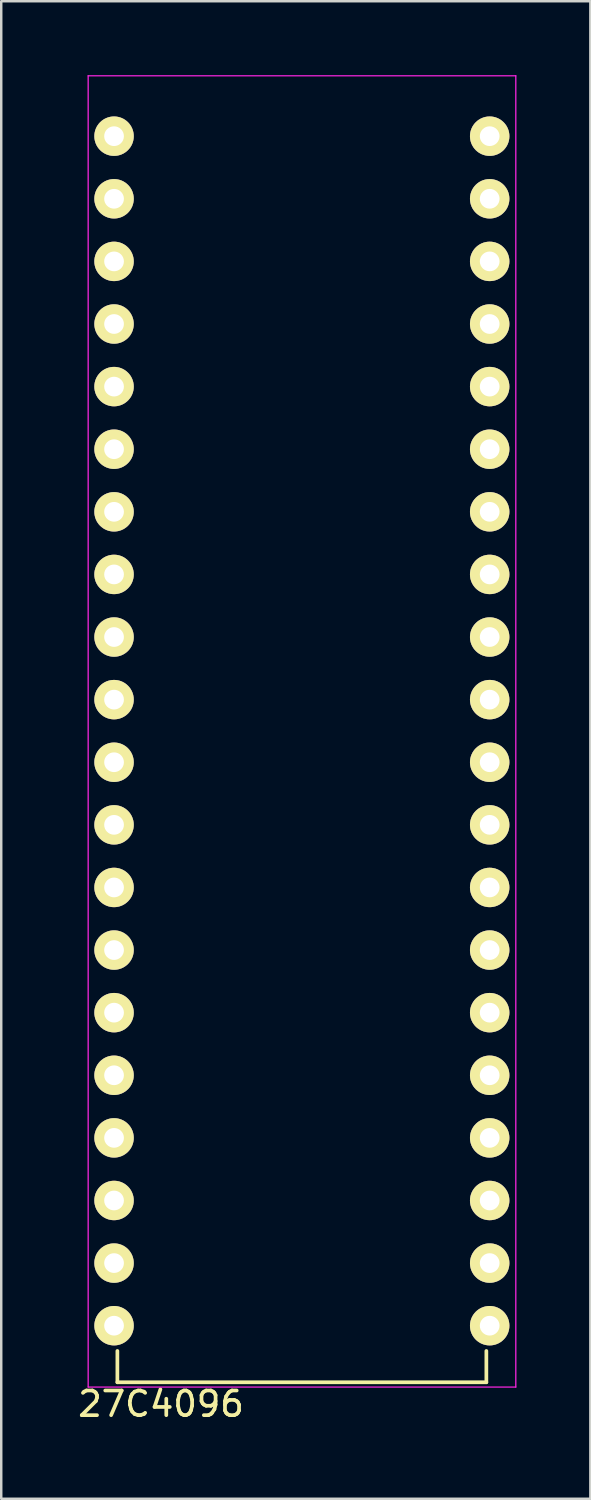
<source format=kicad_pcb>
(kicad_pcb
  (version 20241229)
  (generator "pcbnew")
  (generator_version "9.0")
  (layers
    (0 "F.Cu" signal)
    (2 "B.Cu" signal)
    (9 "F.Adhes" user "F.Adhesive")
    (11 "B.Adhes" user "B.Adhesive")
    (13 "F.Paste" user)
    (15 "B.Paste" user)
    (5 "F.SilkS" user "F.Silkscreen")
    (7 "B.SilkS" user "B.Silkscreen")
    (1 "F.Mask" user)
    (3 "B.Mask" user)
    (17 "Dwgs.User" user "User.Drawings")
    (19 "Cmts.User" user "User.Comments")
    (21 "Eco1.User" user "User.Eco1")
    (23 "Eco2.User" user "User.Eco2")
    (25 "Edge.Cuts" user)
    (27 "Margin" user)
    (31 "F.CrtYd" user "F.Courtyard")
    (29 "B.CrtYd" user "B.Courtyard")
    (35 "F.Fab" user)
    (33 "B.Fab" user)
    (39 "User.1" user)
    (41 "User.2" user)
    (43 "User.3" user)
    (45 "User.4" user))
  (footprint "27C4096"
    (layer "F.Cu")
    (at 1.577 2.475)
    (property "Reference" "27C4096" (at 1.905 51.435 0) (layer "F.SilkS") (effects (font (size 1 1) (thickness 0.15))))
    (attr through_hole)
    (fp_line (start 0.135 50.555) (end 0.135 49.285) (stroke (width 0.15) (type solid)) (layer "F.SilkS"))
    (fp_line (start 0.135 50.555) (end 15.105 50.555) (stroke (width 0.15) (type solid)) (layer "F.SilkS"))
    (fp_line (start 15.105 50.555) (end 15.105 49.285) (stroke (width 0.15) (type solid)) (layer "F.SilkS"))
    (fp_line (start -1.05 -2.45) (end -1.05 50.75) (stroke (width 0.05) (type solid)) (layer "F.CrtYd"))
    (fp_line (start -1.05 -2.45) (end 16.3 -2.45) (stroke (width 0.05) (type solid)) (layer "F.CrtYd"))
    (fp_line (start -1.05 50.75) (end 16.3 50.75) (stroke (width 0.05) (type solid)) (layer "F.CrtYd"))
    (fp_line (start 16.3 -2.45) (end 16.3 50.75) (stroke (width 0.05) (type solid)) (layer "F.CrtYd"))
    (pad "1" thru_hole oval (at 0 0) (size 1.6 1.6) (drill 0.8) (layers "*.Cu" "*.Mask" "F.SilkS"))
    (pad "2" thru_hole oval (at 0 2.54) (size 1.6 1.6) (drill 0.8) (layers "*.Cu" "*.Mask" "F.SilkS"))
    (pad "3" thru_hole oval (at 0 5.08) (size 1.6 1.6) (drill 0.8) (layers "*.Cu" "*.Mask" "F.SilkS"))
    (pad "4" thru_hole oval (at 0 7.62) (size 1.6 1.6) (drill 0.8) (layers "*.Cu" "*.Mask" "F.SilkS"))
    (pad "5" thru_hole oval (at 0 10.16) (size 1.6 1.6) (drill 0.8) (layers "*.Cu" "*.Mask" "F.SilkS"))
    (pad "6" thru_hole oval (at 0 12.7) (size 1.6 1.6) (drill 0.8) (layers "*.Cu" "*.Mask" "F.SilkS"))
    (pad "7" thru_hole oval (at 0 15.24) (size 1.6 1.6) (drill 0.8) (layers "*.Cu" "*.Mask" "F.SilkS"))
    (pad "8" thru_hole oval (at 0 17.78) (size 1.6 1.6) (drill 0.8) (layers "*.Cu" "*.Mask" "F.SilkS"))
    (pad "9" thru_hole oval (at 0 20.32) (size 1.6 1.6) (drill 0.8) (layers "*.Cu" "*.Mask" "F.SilkS"))
    (pad "10" thru_hole oval (at 0 22.86) (size 1.6 1.6) (drill 0.8) (layers "*.Cu" "*.Mask" "F.SilkS"))
    (pad "11" thru_hole oval (at 0 25.4) (size 1.6 1.6) (drill 0.8) (layers "*.Cu" "*.Mask" "F.SilkS"))
    (pad "12" thru_hole oval (at 0 27.94) (size 1.6 1.6) (drill 0.8) (layers "*.Cu" "*.Mask" "F.SilkS"))
    (pad "13" thru_hole oval (at 0 30.48) (size 1.6 1.6) (drill 0.8) (layers "*.Cu" "*.Mask" "F.SilkS"))
    (pad "14" thru_hole oval (at 0 33.02) (size 1.6 1.6) (drill 0.8) (layers "*.Cu" "*.Mask" "F.SilkS"))
    (pad "15" thru_hole oval (at 0 35.56) (size 1.6 1.6) (drill 0.8) (layers "*.Cu" "*.Mask" "F.SilkS"))
    (pad "16" thru_hole oval (at 0 38.1) (size 1.6 1.6) (drill 0.8) (layers "*.Cu" "*.Mask" "F.SilkS"))
    (pad "17" thru_hole oval (at 0 40.64) (size 1.6 1.6) (drill 0.8) (layers "*.Cu" "*.Mask" "F.SilkS"))
    (pad "18" thru_hole oval (at 0 43.18) (size 1.6 1.6) (drill 0.8) (layers "*.Cu" "*.Mask" "F.SilkS"))
    (pad "19" thru_hole oval (at 0 45.72) (size 1.6 1.6) (drill 0.8) (layers "*.Cu" "*.Mask" "F.SilkS"))
    (pad "20" thru_hole oval (at 0 48.26) (size 1.6 1.6) (drill 0.8) (layers "*.Cu" "*.Mask" "F.SilkS"))
    (pad "21" thru_hole oval (at 15.24 48.26) (size 1.6 1.6) (drill 0.8) (layers "*.Cu" "*.Mask" "F.SilkS"))
    (pad "22" thru_hole oval (at 15.24 45.72) (size 1.6 1.6) (drill 0.8) (layers "*.Cu" "*.Mask" "F.SilkS"))
    (pad "23" thru_hole oval (at 15.24 43.18) (size 1.6 1.6) (drill 0.8) (layers "*.Cu" "*.Mask" "F.SilkS"))
    (pad "24" thru_hole oval (at 15.24 40.64) (size 1.6 1.6) (drill 0.8) (layers "*.Cu" "*.Mask" "F.SilkS"))
    (pad "25" thru_hole oval (at 15.24 38.1) (size 1.6 1.6) (drill 0.8) (layers "*.Cu" "*.Mask" "F.SilkS"))
    (pad "26" thru_hole oval (at 15.24 35.56) (size 1.6 1.6) (drill 0.8) (layers "*.Cu" "*.Mask" "F.SilkS"))
    (pad "27" thru_hole oval (at 15.24 33.02) (size 1.6 1.6) (drill 0.8) (layers "*.Cu" "*.Mask" "F.SilkS"))
    (pad "28" thru_hole oval (at 15.24 30.48) (size 1.6 1.6) (drill 0.8) (layers "*.Cu" "*.Mask" "F.SilkS"))
    (pad "29" thru_hole oval (at 15.24 27.94) (size 1.6 1.6) (drill 0.8) (layers "*.Cu" "*.Mask" "F.SilkS"))
    (pad "30" thru_hole oval (at 15.24 25.4) (size 1.6 1.6) (drill 0.8) (layers "*.Cu" "*.Mask" "F.SilkS"))
    (pad "31" thru_hole oval (at 15.24 22.86) (size 1.6 1.6) (drill 0.8) (layers "*.Cu" "*.Mask" "F.SilkS"))
    (pad "32" thru_hole oval (at 15.24 20.32) (size 1.6 1.6) (drill 0.8) (layers "*.Cu" "*.Mask" "F.SilkS"))
    (pad "33" thru_hole oval (at 15.24 17.78) (size 1.6 1.6) (drill 0.8) (layers "*.Cu" "*.Mask" "F.SilkS"))
    (pad "34" thru_hole oval (at 15.24 15.24) (size 1.6 1.6) (drill 0.8) (layers "*.Cu" "*.Mask" "F.SilkS"))
    (pad "35" thru_hole oval (at 15.24 12.7) (size 1.6 1.6) (drill 0.8) (layers "*.Cu" "*.Mask" "F.SilkS"))
    (pad "36" thru_hole oval (at 15.24 10.16) (size 1.6 1.6) (drill 0.8) (layers "*.Cu" "*.Mask" "F.SilkS"))
    (pad "37" thru_hole oval (at 15.24 7.62) (size 1.6 1.6) (drill 0.8) (layers "*.Cu" "*.Mask" "F.SilkS"))
    (pad "38" thru_hole oval (at 15.24 5.08) (size 1.6 1.6) (drill 0.8) (layers "*.Cu" "*.Mask" "F.SilkS"))
    (pad "39" thru_hole oval (at 15.24 2.54) (size 1.6 1.6) (drill 0.8) (layers "*.Cu" "*.Mask" "F.SilkS"))
    (pad "40" thru_hole oval (at 15.24 0) (size 1.6 1.6) (drill 0.8) (layers "*.Cu" "*.Mask" "F.SilkS")))
  (gr_rect
    (start -3 -3)
    (end 20.902 57.758)
    (stroke (width 0.1) (type default))
    (fill no)
    (layer "Edge.Cuts")))
</source>
